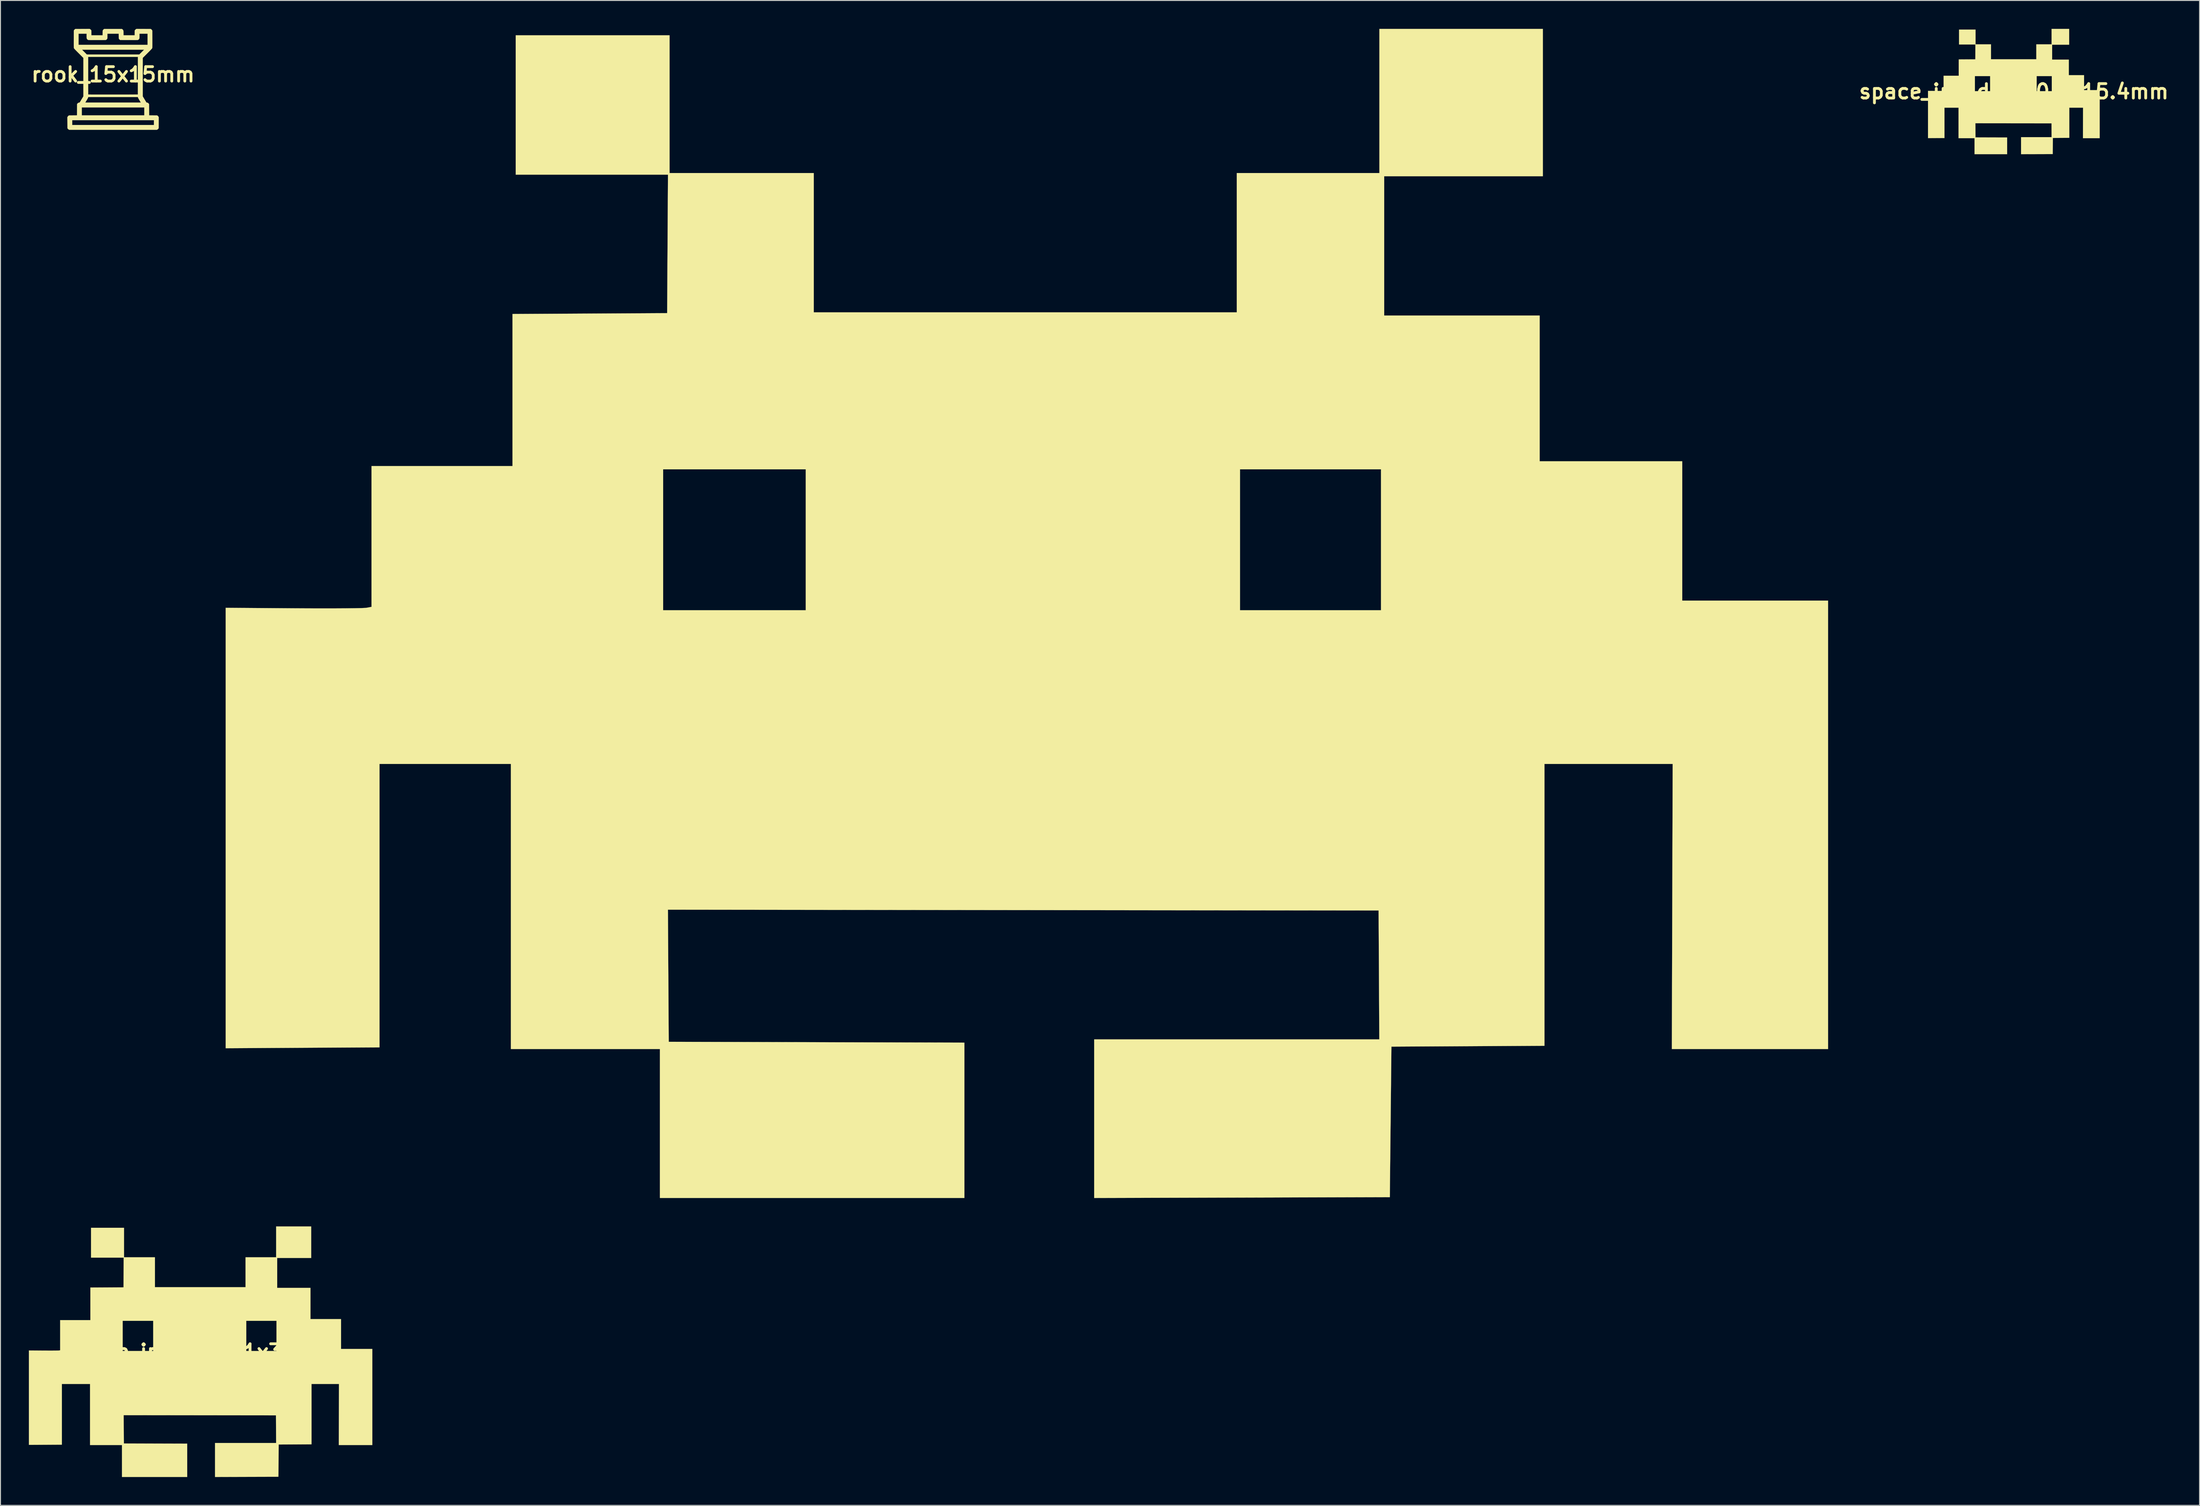
<source format=kicad_pcb>
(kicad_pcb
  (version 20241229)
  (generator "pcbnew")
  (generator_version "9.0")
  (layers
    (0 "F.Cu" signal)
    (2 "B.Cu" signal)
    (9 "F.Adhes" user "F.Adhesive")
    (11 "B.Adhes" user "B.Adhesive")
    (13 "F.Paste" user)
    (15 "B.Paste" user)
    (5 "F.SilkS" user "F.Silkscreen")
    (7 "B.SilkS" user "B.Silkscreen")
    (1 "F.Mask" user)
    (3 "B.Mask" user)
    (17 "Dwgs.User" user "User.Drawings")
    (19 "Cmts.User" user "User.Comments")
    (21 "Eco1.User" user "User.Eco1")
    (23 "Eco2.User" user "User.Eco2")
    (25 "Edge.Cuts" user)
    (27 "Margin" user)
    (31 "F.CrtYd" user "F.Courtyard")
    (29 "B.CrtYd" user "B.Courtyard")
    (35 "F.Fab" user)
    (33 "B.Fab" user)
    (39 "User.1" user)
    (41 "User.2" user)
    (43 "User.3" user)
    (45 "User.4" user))
  (footprint "rook_15x15mm"
    (layer "F.Cu")
    (at 8.897 4.832)
    (property "Reference" "rook_15x15mm" (at 0 0 0) (layer "F.SilkS") (effects (font (size 1.524 1.524) (thickness 0.3))))
    (attr through_hole)
    (fp_poly (pts (xy 3.984 -4.82) (xy 4.034 -4.785) (xy 4.073 -4.75) (xy 4.108 -4.708) (xy 4.116 -4.696) (xy 4.147 -4.642) (xy 4.15 -3.74) (xy 4.151 -3.564) (xy 4.151 -3.412) (xy 4.151 -3.281) (xy 4.151 -3.17) (xy 4.151 -3.078) (xy 4.15 -3.002) (xy 4.149 -2.941) (xy 4.147 -2.893) (xy 4.145 -2.856) (xy 4.143 -2.828) (xy 4.14 -2.807) (xy 4.136 -2.793) (xy 4.134 -2.788) (xy 4.125 -2.771) (xy 4.107 -2.747) (xy 4.078 -2.713) (xy 4.038 -2.669) (xy 3.986 -2.613) (xy 3.919 -2.544) (xy 3.838 -2.461) (xy 3.741 -2.363) (xy 3.626 -2.248) (xy 3.626 -2.248) (xy 3.137 -1.759) (xy 3.137 0.273) (xy 3.137 2.305) (xy 3.331 2.628) (xy 3.524 2.951) (xy 3.588 2.965) (xy 3.667 2.991) (xy 3.728 3.031) (xy 3.769 3.078) (xy 3.804 3.128) (xy 3.807 3.723) (xy 3.811 4.317) (xy 4.235 4.321) (xy 4.659 4.324) (xy 4.713 4.362) (xy 4.752 4.398) (xy 4.787 4.441) (xy 4.797 4.457) (xy 4.827 4.514) (xy 4.823 5.094) (xy 4.82 5.675) (xy 4.782 5.729) (xy 4.747 5.768) (xy 4.704 5.803) (xy 4.687 5.812) (xy 4.632 5.842) (xy -4.632 5.842) (xy -4.687 5.812) (xy -4.73 5.783) (xy -4.77 5.744) (xy -4.782 5.729) (xy -4.82 5.675) (xy -4.823 5.094) (xy -4.825 4.826) (xy -4.318 4.826) (xy -4.318 5.334) (xy 4.318 5.334) (xy 4.318 4.826) (xy -4.318 4.826) (xy -4.825 4.826) (xy -4.827 4.514) (xy -4.797 4.457) (xy -4.767 4.415) (xy -4.728 4.374) (xy -4.713 4.362) (xy -4.659 4.324) (xy -4.235 4.321) (xy -3.811 4.317) (xy -3.807 3.723) (xy -3.806 3.48) (xy -3.302 3.48) (xy -3.302 4.318) (xy 3.302 4.318) (xy 3.302 3.48) (xy -3.302 3.48) (xy -3.806 3.48) (xy -3.804 3.128) (xy -3.769 3.078) (xy -3.72 3.024) (xy -3.656 2.987) (xy -3.588 2.965) (xy -3.561 2.959) (xy -2.936 2.959) (xy 2.936 2.959) (xy 2.91 2.918) (xy 2.83 2.785) (xy 2.763 2.673) (xy 2.71 2.581) (xy 2.671 2.509) (xy 2.646 2.458) (xy 2.634 2.426) (xy 2.633 2.423) (xy 2.626 2.375) (xy -2.626 2.375) (xy -2.633 2.423) (xy -2.643 2.452) (xy -2.667 2.5) (xy -2.703 2.569) (xy -2.754 2.657) (xy -2.818 2.766) (xy -2.897 2.896) (xy -2.91 2.918) (xy -2.936 2.959) (xy -3.561 2.959) (xy -3.524 2.951) (xy -3.331 2.628) (xy -3.137 2.305) (xy -3.137 -1.759) (xy -3.245 -1.867) (xy -2.629 -1.867) (xy -2.629 0.119) (xy -2.629 0.341) (xy -2.629 0.557) (xy -2.628 0.764) (xy -2.628 0.962) (xy -2.628 1.149) (xy -2.627 1.323) (xy -2.627 1.484) (xy -2.626 1.629) (xy -2.625 1.758) (xy -2.624 1.87) (xy -2.624 1.962) (xy -2.623 2.033) (xy -2.622 2.082) (xy -2.621 2.109) (xy -2.62 2.112) (xy -2.607 2.113) (xy -2.57 2.114) (xy -2.509 2.115) (xy -2.427 2.115) (xy -2.323 2.116) (xy -2.201 2.117) (xy -2.06 2.117) (xy -1.902 2.117) (xy -1.729 2.118) (xy -1.54 2.118) (xy -1.338 2.118) (xy -1.124 2.118) (xy -0.899 2.118) (xy -0.663 2.118) (xy -0.419 2.118) (xy -0.168 2.118) (xy 0.005 2.118) (xy 2.623 2.115) (xy 2.626 0.124) (xy 2.629 -1.867) (xy 0.000039 -1.867) (xy -2.629 -1.867) (xy -3.245 -1.867) (xy -3.626 -2.248) (xy -3.74 -2.363) (xy -3.838 -2.461) (xy -3.919 -2.544) (xy -3.985 -2.613) (xy -4.001 -2.629) (xy -3.283 -2.629) (xy -3.029 -2.375) (xy -2.775 -2.121) (xy 2.775 -2.121) (xy 3.029 -2.375) (xy 3.283 -2.629) (xy -3.283 -2.629) (xy -4.001 -2.629) (xy -4.038 -2.669) (xy -4.078 -2.713) (xy -4.107 -2.747) (xy -4.125 -2.771) (xy -4.134 -2.788) (xy -4.134 -2.788) (xy -4.138 -2.8) (xy -4.141 -2.818) (xy -4.144 -2.842) (xy -4.146 -2.874) (xy -4.148 -2.917) (xy -4.149 -2.972) (xy -4.15 -3.041) (xy -4.151 -3.126) (xy -4.151 -3.228) (xy -4.151 -3.349) (xy -4.151 -3.491) (xy -4.15 -3.656) (xy -4.15 -3.74) (xy -4.148 -4.318) (xy -3.645 -4.318) (xy -3.645 -3.137) (xy 3.645 -3.137) (xy 3.645 -4.318) (xy 2.794 -4.318) (xy 2.794 -4.083) (xy 2.794 -3.992) (xy 2.792 -3.923) (xy 2.789 -3.872) (xy 2.784 -3.835) (xy 2.777 -3.808) (xy 2.774 -3.8) (xy 2.735 -3.734) (xy 2.678 -3.684) (xy 2.651 -3.669) (xy 2.641 -3.664) (xy 2.63 -3.66) (xy 2.615 -3.657) (xy 2.596 -3.654) (xy 2.569 -3.652) (xy 2.534 -3.65) (xy 2.488 -3.648) (xy 2.429 -3.647) (xy 2.357 -3.647) (xy 2.268 -3.646) (xy 2.162 -3.646) (xy 2.036 -3.647) (xy 1.889 -3.647) (xy 1.719 -3.648) (xy 1.678 -3.648) (xy 0.752 -3.651) (xy 0.704 -3.69) (xy 0.672 -3.717) (xy 0.647 -3.74) (xy 0.629 -3.763) (xy 0.617 -3.791) (xy 0.609 -3.828) (xy 0.604 -3.877) (xy 0.601 -3.942) (xy 0.6 -4.028) (xy 0.599 -4.059) (xy 0.595 -4.318) (xy -0.597 -4.318) (xy -0.597 -4.076) (xy -0.598 -3.98) (xy -0.599 -3.907) (xy -0.603 -3.853) (xy -0.608 -3.816) (xy -0.614 -3.794) (xy -0.642 -3.749) (xy -0.684 -3.705) (xy -0.73 -3.67) (xy -0.753 -3.658) (xy -0.774 -3.655) (xy -0.819 -3.653) (xy -0.889 -3.65) (xy -0.984 -3.649) (xy -1.103 -3.647) (xy -1.247 -3.646) (xy -1.417 -3.645) (xy -1.611 -3.645) (xy -1.697 -3.645) (xy -1.871 -3.645) (xy -2.021 -3.645) (xy -2.15 -3.645) (xy -2.259 -3.646) (xy -2.349 -3.646) (xy -2.424 -3.647) (xy -2.484 -3.648) (xy -2.531 -3.65) (xy -2.568 -3.652) (xy -2.595 -3.654) (xy -2.615 -3.657) (xy -2.631 -3.661) (xy -2.642 -3.665) (xy -2.652 -3.669) (xy -2.716 -3.714) (xy -2.762 -3.774) (xy -2.774 -3.8) (xy -2.782 -3.824) (xy -2.787 -3.857) (xy -2.791 -3.902) (xy -2.793 -3.965) (xy -2.794 -4.047) (xy -2.794 -4.083) (xy -2.794 -4.318) (xy -3.645 -4.318) (xy -4.148 -4.318) (xy -4.147 -4.642) (xy -4.116 -4.696) (xy -4.085 -4.738) (xy -4.046 -4.776) (xy -4.034 -4.785) (xy -3.984 -4.82) (xy -2.482 -4.827) (xy -2.425 -4.797) (xy -2.382 -4.767) (xy -2.342 -4.728) (xy -2.33 -4.713) (xy -2.292 -4.659) (xy -2.288 -4.406) (xy -2.285 -4.153) (xy -1.107 -4.153) (xy -1.103 -4.397) (xy -1.101 -4.483) (xy -1.099 -4.547) (xy -1.097 -4.594) (xy -1.093 -4.627) (xy -1.087 -4.653) (xy -1.08 -4.673) (xy -1.069 -4.693) (xy -1.068 -4.696) (xy -1.037 -4.738) (xy -0.998 -4.776) (xy -0.986 -4.785) (xy -0.936 -4.82) (xy 0.936 -4.82) (xy 0.986 -4.785) (xy 1.025 -4.75) (xy 1.06 -4.708) (xy 1.068 -4.696) (xy 1.078 -4.676) (xy 1.086 -4.656) (xy 1.092 -4.631) (xy 1.096 -4.599) (xy 1.099 -4.554) (xy 1.101 -4.493) (xy 1.102 -4.411) (xy 1.103 -4.397) (xy 1.107 -4.153) (xy 2.285 -4.153) (xy 2.288 -4.406) (xy 2.292 -4.659) (xy 2.33 -4.713) (xy 2.366 -4.752) (xy 2.409 -4.787) (xy 2.425 -4.797) (xy 2.482 -4.827) (xy 3.984 -4.82)) (stroke (width 0.01) (type solid)) (fill yes) (layer "F.SilkS")))
  (footprint "space_invader_41x31mm"
    (layer "F.Cu")
    (at 18.148 139.874)
    (property "Reference" "space_invader_41x31mm" (at 0 0 0) (layer "F.SilkS") (effects (font (size 1.524 1.524) (thickness 0.3))))
    (attr through_hole)
    (fp_poly (pts (xy 11.684 -9.906) (xy 8.092 -9.906) (xy 8.092 -6.749) (xy 11.611 -6.749) (xy 11.611 -3.447) (xy 14.841 -3.447) (xy 14.841 -0.29) (xy 18.143 -0.29) (xy 18.143 9.87) (xy 16.374 9.87) (xy 14.605 9.87) (xy 14.614 6.64) (xy 14.624 3.411) (xy 11.72 3.411) (xy 11.72 9.796) (xy 9.988 9.806) (xy 8.255 9.815) (xy 8.237 11.521) (xy 8.219 13.226) (xy 4.871 13.235) (xy 1.524 13.245) (xy 1.524 9.652) (xy 7.981 9.652) (xy 7.965 6.731) (xy -8.129 6.713) (xy -8.119 8.21) (xy -8.11 9.706) (xy -4.763 9.716) (xy -1.415 9.725) (xy -1.415 13.244) (xy -8.309 13.244) (xy -8.309 9.87) (xy -11.684 9.87) (xy -11.684 3.411) (xy -14.659 3.411) (xy -14.659 9.832) (xy -16.401 9.842) (xy -18.143 9.852) (xy -18.143 4.862) (xy -18.143 -0.127) (xy -16.61 -0.116) (xy -16.279 -0.115) (xy -15.967 -0.114) (xy -15.682 -0.114) (xy -15.432 -0.116) (xy -15.227 -0.118) (xy -15.073 -0.121) (xy -14.98 -0.125) (xy -14.959 -0.127) (xy -14.841 -0.148) (xy -14.841 -3.266) (xy -8.237 -3.266) (xy -8.237 -0.073) (xy -5.007 -0.073) (xy -5.007 -3.266) (xy 4.826 -3.266) (xy 4.826 -0.073) (xy 8.019 -0.073) (xy 8.019 -3.266) (xy 4.826 -3.266) (xy -5.007 -3.266) (xy -8.237 -3.266) (xy -14.841 -3.266) (xy -14.841 -3.338) (xy -11.648 -3.338) (xy -11.648 -6.785) (xy -9.897 -6.794) (xy -8.146 -6.804) (xy -8.137 -8.373) (xy -8.127 -9.942) (xy -11.575 -9.942) (xy -11.575 -13.099) (xy -8.092 -13.099) (xy -8.092 -9.979) (xy -4.826 -9.979) (xy -4.826 -6.822) (xy 4.753 -6.822) (xy 4.753 -9.979) (xy 7.983 -9.979) (xy 7.983 -13.244) (xy 11.684 -13.244) (xy 11.684 -9.906)) (stroke (width 0.01) (type solid)) (fill yes) (layer "F.SilkS")))
  (footprint "space_invader_20.6x15.4mm"
    (layer "F.Cu")
    (at 209.764 6.627)
    (property "Reference" "space_invader_20.6x15.4mm" (at 0 0 0) (layer "F.SilkS") (effects (font (size 1.524 1.524) (thickness 0.3))))
    (attr through_hole)
    (fp_poly (pts (xy 5.842 -4.953) (xy 4.046 -4.953) (xy 4.046 -3.375) (xy 5.806 -3.375) (xy 5.806 -1.724) (xy 7.42 -1.724) (xy 7.42 -0.145) (xy 9.071 -0.145) (xy 9.071 4.935) (xy 8.187 4.935) (xy 7.303 4.935) (xy 7.312 1.705) (xy 5.86 1.705) (xy 5.86 4.898) (xy 4.994 4.903) (xy 4.127 4.908) (xy 4.109 6.613) (xy 2.436 6.618) (xy 0.762 6.622) (xy 0.762 4.826) (xy 3.99 4.826) (xy 3.986 4.096) (xy 3.982 3.365) (xy -4.064 3.356) (xy -4.055 4.853) (xy -2.381 4.858) (xy -0.708 4.862) (xy -0.708 6.622) (xy -4.155 6.622) (xy -4.155 4.935) (xy -5.842 4.935) (xy -5.842 1.705) (xy -7.33 1.705) (xy -7.33 4.916) (xy -8.201 4.921) (xy -9.071 4.926) (xy -9.071 2.431) (xy -9.071 -0.064) (xy -8.305 -0.058) (xy -8.139 -0.057) (xy -7.983 -0.057) (xy -7.841 -0.057) (xy -7.716 -0.058) (xy -7.613 -0.059) (xy -7.537 -0.06) (xy -7.49 -0.062) (xy -7.479 -0.064) (xy -7.42 -0.074) (xy -7.42 -1.633) (xy -4.118 -1.633) (xy -4.118 -0.036) (xy -2.504 -0.036) (xy -2.504 -1.633) (xy 2.413 -1.633) (xy 2.413 -0.036) (xy 4.01 -0.036) (xy 4.01 -1.633) (xy 2.413 -1.633) (xy -2.504 -1.633) (xy -4.118 -1.633) (xy -7.42 -1.633) (xy -7.42 -1.669) (xy -5.824 -1.669) (xy -5.824 -3.392) (xy -4.073 -3.402) (xy -4.068 -4.186) (xy -4.064 -4.971) (xy -5.788 -4.971) (xy -5.788 -6.55) (xy -4.046 -6.55) (xy -4.046 -4.989) (xy -2.413 -4.989) (xy -2.413 -3.411) (xy 2.377 -3.411) (xy 2.377 -4.989) (xy 3.991 -4.989) (xy 3.991 -6.622) (xy 5.842 -6.622) (xy 5.842 -4.953)) (stroke (width 0.01) (type solid)) (fill yes) (layer "F.SilkS")))
  (footprint "space_invader"
    (layer "F.Cu")
    (at 105.466 61.812)
    (property "Reference" "space_invader" (at 0 0 0) (layer "F.SilkS") (effects (font (size 1.524 1.524) (thickness 0.3))))
    (attr through_hole)
    (fp_poly (pts (xy 54.525 -46.228) (xy 37.761 -46.228) (xy 37.761 -31.496) (xy 54.187 -31.496) (xy 54.187 -16.087) (xy 69.257 -16.087) (xy 69.257 -1.355) (xy 84.667 -1.355) (xy 84.667 46.059) (xy 68.157 46.059) (xy 68.201 30.988) (xy 68.245 15.917) (xy 54.695 15.917) (xy 54.695 45.717) (xy 46.609 45.761) (xy 38.523 45.805) (xy 38.439 53.763) (xy 38.354 61.722) (xy 7.112 61.808) (xy 7.112 45.043) (xy 37.242 45.043) (xy 37.206 38.227) (xy 37.169 31.411) (xy -0.383 31.369) (xy -37.934 31.326) (xy -37.89 38.311) (xy -37.846 45.297) (xy -6.604 45.383) (xy -6.604 61.807) (xy -38.777 61.807) (xy -38.777 46.059) (xy -54.525 46.059) (xy -54.525 15.917) (xy -68.411 15.917) (xy -68.411 45.883) (xy -76.539 45.928) (xy -84.667 45.974) (xy -84.667 22.691) (xy -84.667 -0.593) (xy -77.512 -0.543) (xy -75.967 -0.535) (xy -74.511 -0.532) (xy -73.181 -0.533) (xy -72.018 -0.539) (xy -71.058 -0.55) (xy -70.342 -0.564) (xy -69.906 -0.583) (xy -69.808 -0.593) (xy -69.257 -0.693) (xy -69.257 -15.24) (xy -38.439 -15.24) (xy -38.439 -0.339) (xy -23.368 -0.339) (xy -23.368 -15.24) (xy 22.521 -15.24) (xy 22.521 -0.339) (xy 37.423 -0.339) (xy 37.423 -15.24) (xy 22.521 -15.24) (xy -23.368 -15.24) (xy -38.439 -15.24) (xy -69.257 -15.24) (xy -69.257 -15.579) (xy -54.356 -15.579) (xy -54.356 -31.662) (xy -46.186 -31.706) (xy -38.015 -31.75) (xy -37.971 -39.074) (xy -37.927 -46.397) (xy -54.017 -46.397) (xy -54.017 -61.129) (xy -37.761 -61.129) (xy -37.761 -46.567) (xy -22.521 -46.567) (xy -22.521 -31.835) (xy 22.183 -31.835) (xy 22.183 -46.567) (xy 37.253 -46.567) (xy 37.253 -61.807) (xy 54.525 -61.807) (xy 54.525 -46.228)) (stroke (width 0.01) (type solid)) (fill yes) (layer "F.SilkS")))
  (gr_rect
    (start -3 -3)
    (end 229.39 156.124)
    (stroke (width 0.1) (type default))
    (fill no)
    (layer "Edge.Cuts")))
</source>
